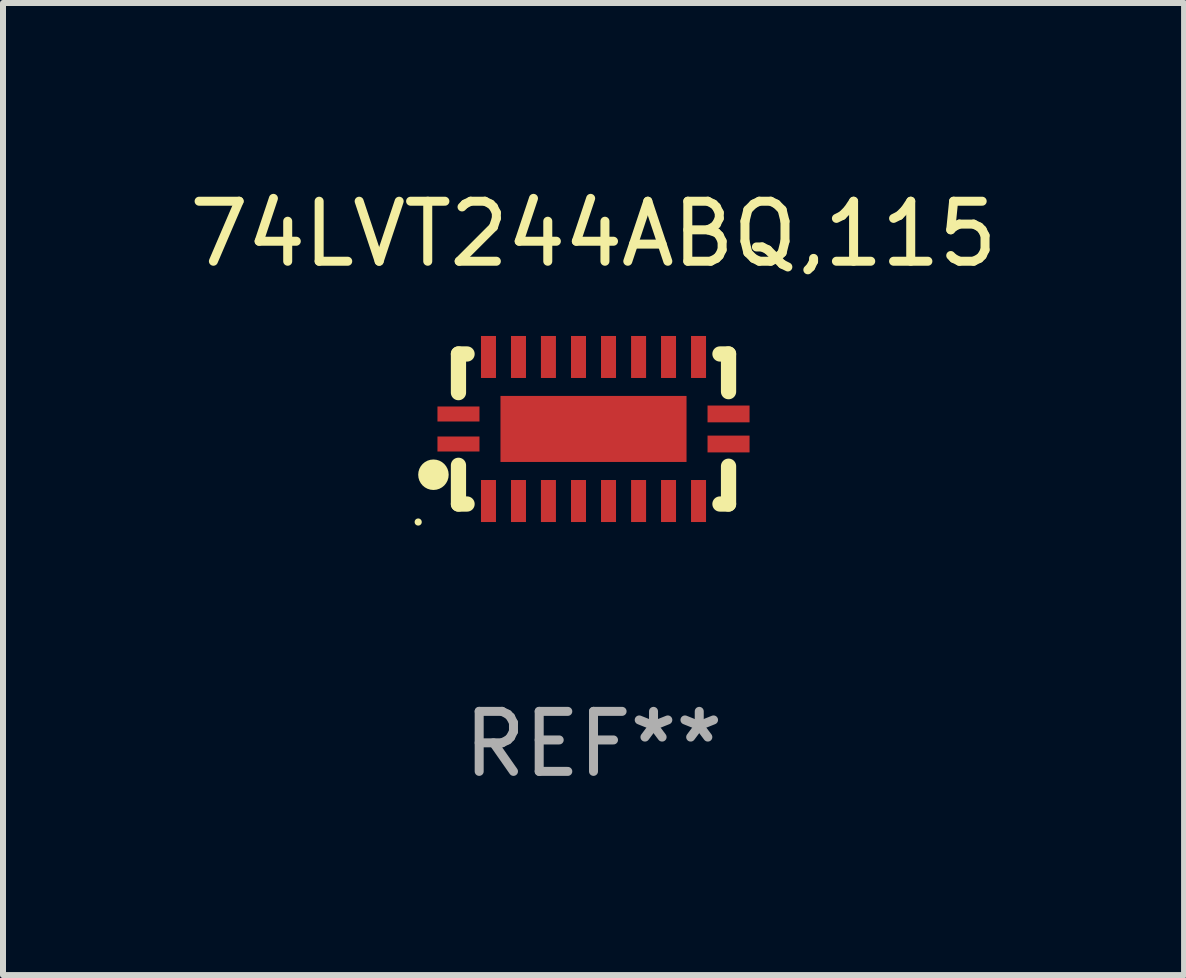
<source format=kicad_pcb>
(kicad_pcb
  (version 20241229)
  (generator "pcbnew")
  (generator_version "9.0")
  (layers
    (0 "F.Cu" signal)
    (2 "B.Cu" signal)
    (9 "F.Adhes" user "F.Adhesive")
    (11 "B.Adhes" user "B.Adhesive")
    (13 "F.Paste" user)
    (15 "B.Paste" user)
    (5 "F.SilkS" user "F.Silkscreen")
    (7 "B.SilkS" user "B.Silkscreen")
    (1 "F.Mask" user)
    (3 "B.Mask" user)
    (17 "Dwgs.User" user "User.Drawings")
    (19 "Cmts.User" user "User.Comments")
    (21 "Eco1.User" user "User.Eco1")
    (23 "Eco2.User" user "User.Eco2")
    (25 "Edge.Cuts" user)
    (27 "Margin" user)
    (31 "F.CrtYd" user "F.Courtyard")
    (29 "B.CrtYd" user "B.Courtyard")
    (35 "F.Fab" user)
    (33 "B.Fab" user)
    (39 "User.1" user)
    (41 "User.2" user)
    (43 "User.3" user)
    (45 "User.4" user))
  (footprint "74LVT244ABQ,115"
    (layer "F.Cu")
    (at 6.839 4.098)
    (property "Reference" "74LVT244ABQ,115" (at 0 -3.25 0) (layer "F.SilkS") (effects (font (size 1 1) (thickness 0.15))))
    (attr through_hole)
    (fp_line (start -2.25 0.605) (end -2.25 1.25) (stroke (width 0.254) (type solid)) (layer "F.SilkS"))
    (fp_line (start -2.25 1.25) (end -2.107 1.25) (stroke (width 0.254) (type solid)) (layer "F.SilkS"))
    (fp_line (start -2.25 -1.25) (end -2.25 -0.606) (stroke (width 0.254) (type solid)) (layer "F.SilkS"))
    (fp_line (start -2.25 -1.25) (end -2.107 -1.25) (stroke (width 0.254) (type solid)) (layer "F.SilkS"))
    (fp_line (start 2.107 -1.25) (end 2.25 -1.25) (stroke (width 0.254) (type solid)) (layer "F.SilkS"))
    (fp_line (start 2.107 1.25) (end 2.25 1.25) (stroke (width 0.254) (type solid)) (layer "F.SilkS"))
    (fp_line (start 2.25 -1.25) (end 2.25 -0.622) (stroke (width 0.254) (type solid)) (layer "F.SilkS"))
    (fp_line (start 2.25 0.62) (end 2.25 1.25) (stroke (width 0.254) (type solid)) (layer "F.SilkS"))
    (fp_circle (center -2.921 1.55) (end -2.891 1.55) (stroke (width 0.06) (type solid)) (fill no) (layer "F.SilkS"))
    (fp_circle (center -2.667 0.762) (end -2.54 0.762) (stroke (width 0.254) (type solid)) (fill no) (layer "F.SilkS"))
    (fp_text user "REF**" (at 0 5.25 0) (layer "F.Fab") (effects (font (size 1 1) (thickness 0.15))))
    (pad "1" smd rect (at -2.25 0.25 180) (size 0.7 0.25) (layers "F.Cu" "F.Mask" "F.Paste"))
    (pad "2" smd rect (at -1.75 1.2 90) (size 0.7 0.25) (layers "F.Cu" "F.Mask" "F.Paste"))
    (pad "3" smd rect (at -1.25 1.2 90) (size 0.7 0.25) (layers "F.Cu" "F.Mask" "F.Paste"))
    (pad "4" smd rect (at -0.751 1.2 90) (size 0.7 0.25) (layers "F.Cu" "F.Mask" "F.Paste"))
    (pad "5" smd rect (at -0.25 1.2 90) (size 0.7 0.25) (layers "F.Cu" "F.Mask" "F.Paste"))
    (pad "6" smd rect (at 0.25 1.2 90) (size 0.7 0.25) (layers "F.Cu" "F.Mask" "F.Paste"))
    (pad "7" smd rect (at 0.751 1.2 90) (size 0.7 0.25) (layers "F.Cu" "F.Mask" "F.Paste"))
    (pad "8" smd rect (at 1.25 1.2 90) (size 0.7 0.25) (layers "F.Cu" "F.Mask" "F.Paste"))
    (pad "9" smd rect (at 1.75 1.2 90) (size 0.7 0.25) (layers "F.Cu" "F.Mask" "F.Paste"))
    (pad "10" smd rect (at 2.25 0.25 180) (size 0.7 0.28) (layers "F.Cu" "F.Mask" "F.Paste"))
    (pad "11" smd rect (at 2.25 -0.251 180) (size 0.7 0.28) (layers "F.Cu" "F.Mask" "F.Paste"))
    (pad "12" smd rect (at 1.75 -1.2 90) (size 0.7 0.25) (layers "F.Cu" "F.Mask" "F.Paste"))
    (pad "13" smd rect (at 1.25 -1.2 90) (size 0.7 0.25) (layers "F.Cu" "F.Mask" "F.Paste"))
    (pad "14" smd rect (at 0.751 -1.2 90) (size 0.7 0.25) (layers "F.Cu" "F.Mask" "F.Paste"))
    (pad "15" smd rect (at 0.25 -1.2 90) (size 0.7 0.25) (layers "F.Cu" "F.Mask" "F.Paste"))
    (pad "16" smd rect (at -0.25 -1.2 90) (size 0.7 0.25) (layers "F.Cu" "F.Mask" "F.Paste"))
    (pad "17" smd rect (at -0.751 -1.2 90) (size 0.7 0.25) (layers "F.Cu" "F.Mask" "F.Paste"))
    (pad "18" smd rect (at -1.25 -1.2 90) (size 0.7 0.25) (layers "F.Cu" "F.Mask" "F.Paste"))
    (pad "19" smd rect (at -1.75 -1.2 90) (size 0.7 0.25) (layers "F.Cu" "F.Mask" "F.Paste"))
    (pad "20" smd rect (at -2.25 -0.25 180) (size 0.7 0.25) (layers "F.Cu" "F.Mask" "F.Paste"))
    (pad "21" smd rect (at 0 -0.001 180) (size 3.1 1.1) (layers "F.Cu" "F.Mask" "F.Paste")))
  (gr_rect
    (start -3 -3)
    (end 16.679 13.197)
    (stroke (width 0.1) (type default))
    (fill no)
    (layer "Edge.Cuts")))
</source>
